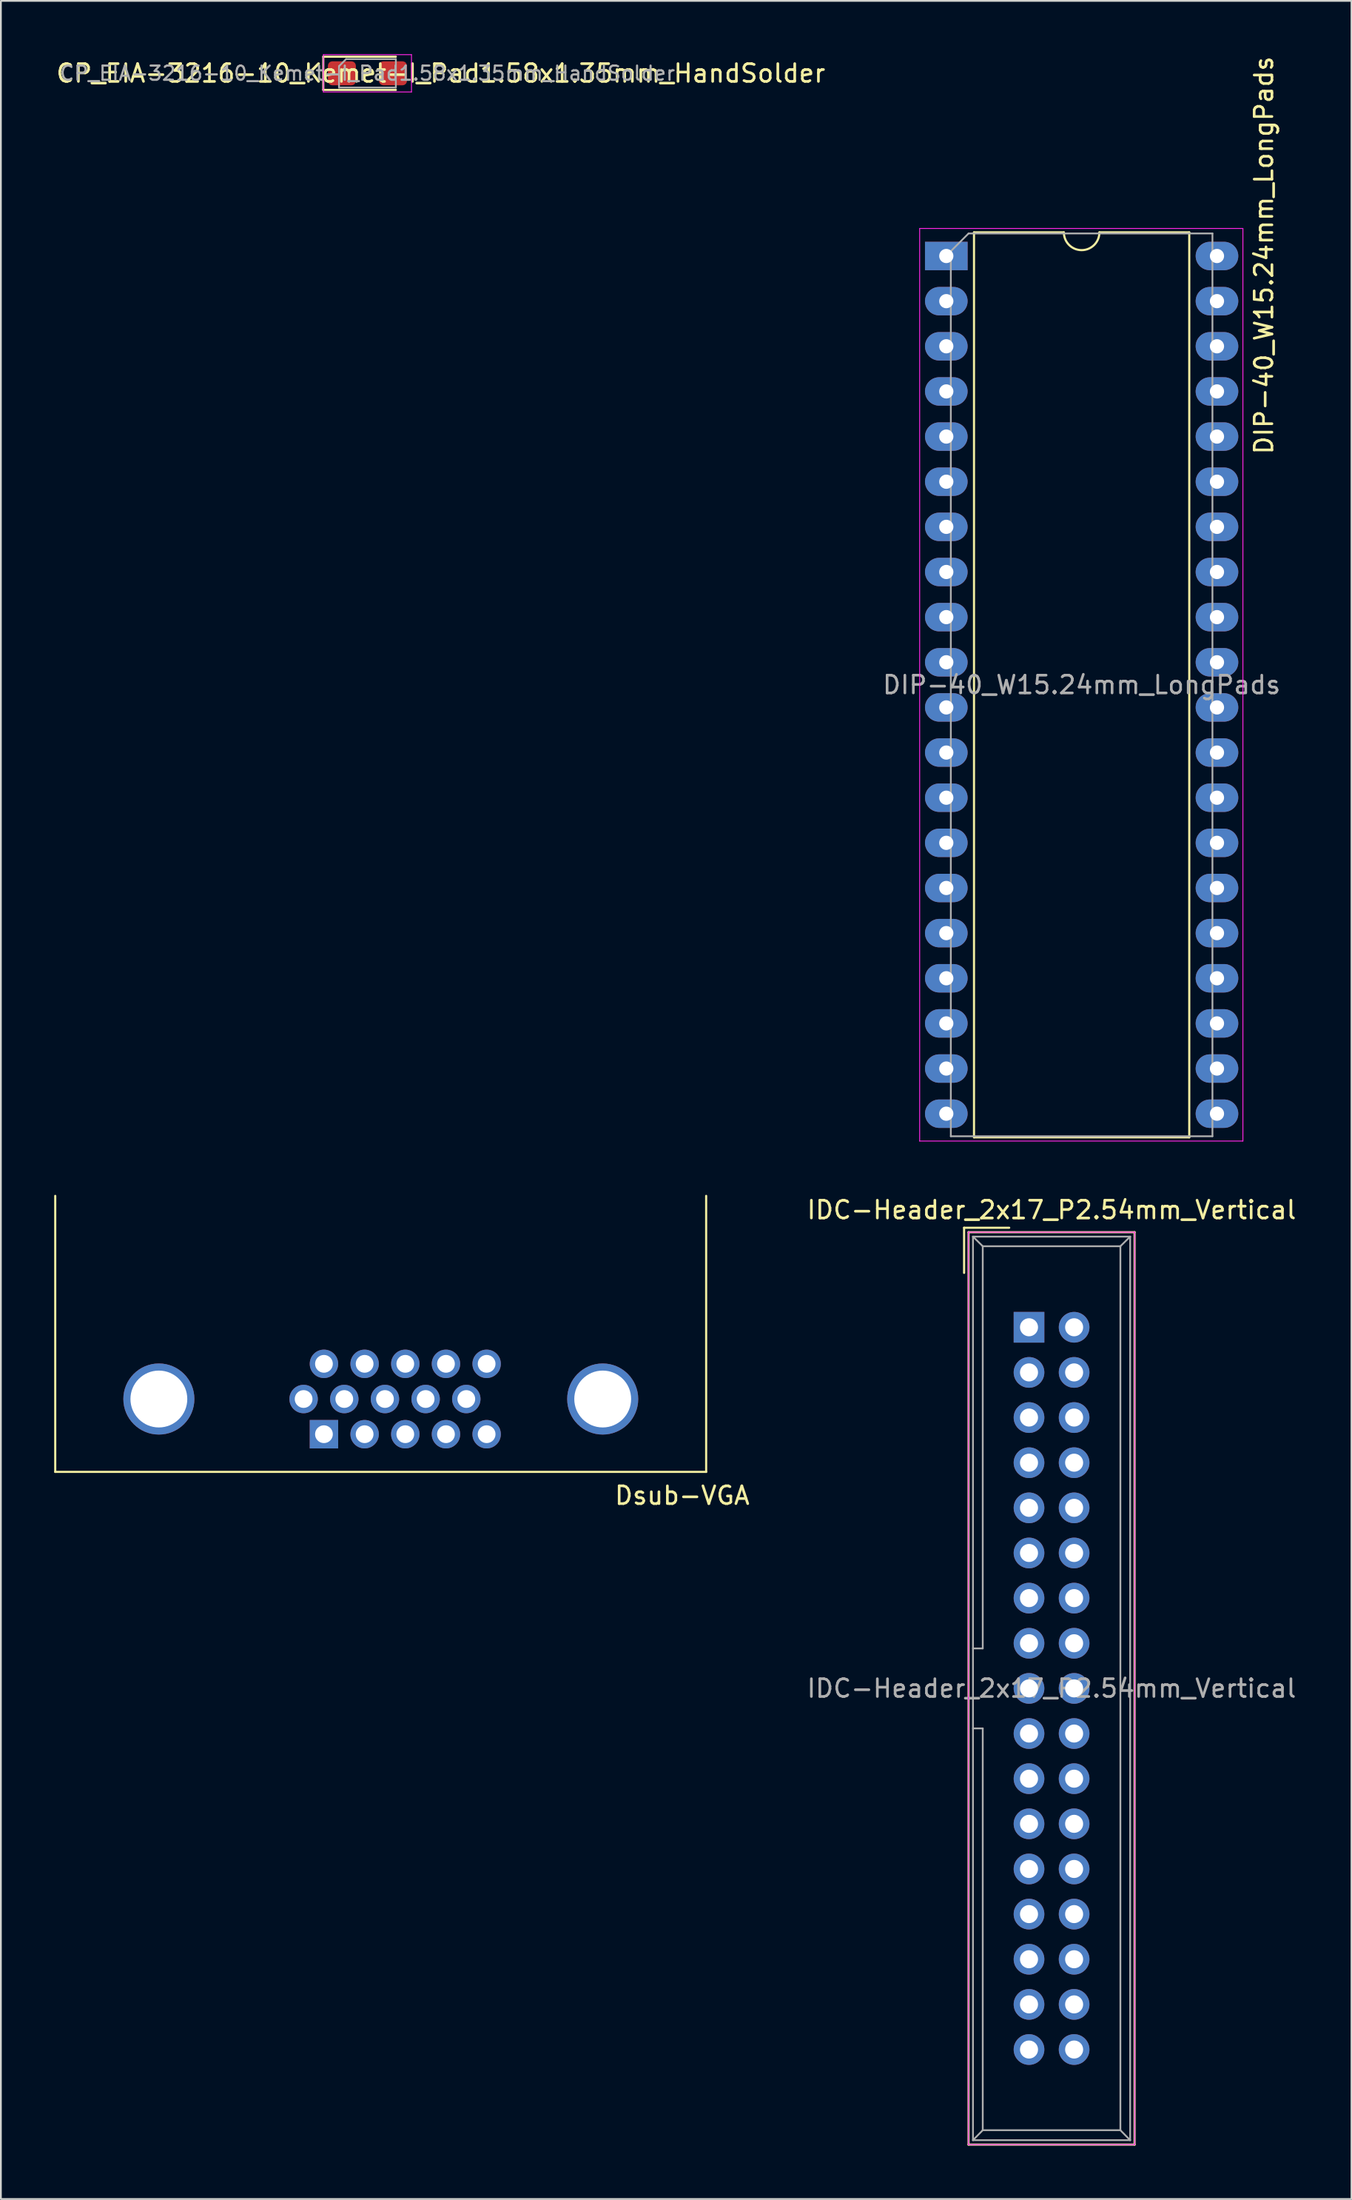
<source format=kicad_pcb>
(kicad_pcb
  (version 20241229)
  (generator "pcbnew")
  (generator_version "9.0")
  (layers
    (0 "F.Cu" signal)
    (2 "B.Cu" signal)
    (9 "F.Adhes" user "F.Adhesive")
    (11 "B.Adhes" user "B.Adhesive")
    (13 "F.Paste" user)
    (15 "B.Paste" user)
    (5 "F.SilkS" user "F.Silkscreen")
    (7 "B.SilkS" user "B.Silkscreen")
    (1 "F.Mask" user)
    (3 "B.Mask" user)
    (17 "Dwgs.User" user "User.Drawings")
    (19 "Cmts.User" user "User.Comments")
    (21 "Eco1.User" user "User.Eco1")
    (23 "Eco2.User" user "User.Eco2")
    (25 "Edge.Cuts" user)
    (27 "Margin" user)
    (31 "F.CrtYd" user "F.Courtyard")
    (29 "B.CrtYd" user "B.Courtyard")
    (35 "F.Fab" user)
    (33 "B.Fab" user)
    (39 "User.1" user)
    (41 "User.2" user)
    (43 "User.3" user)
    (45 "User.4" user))
  (footprint "CP_EIA-3216-10_Kemet-I_Pad1.58x1.35mm_HandSolder"
    (layer "F.Cu")
    (at 17.638 1.075)
    (property "Reference" "CP_EIA-3216-10_Kemet-I_Pad1.58x1.35mm_HandSolder" (at 4.13 0 0) (layer "F.SilkS") (effects (font (size 1 1) (thickness 0.15))))
    (attr smd)
    (fp_line (start -2.485 -0.935) (end -2.485 0.935) (stroke (width 0.12) (type solid)) (layer "F.SilkS"))
    (fp_line (start -2.485 0.935) (end 1.6 0.935) (stroke (width 0.12) (type solid)) (layer "F.SilkS"))
    (fp_line (start 1.6 -0.935) (end -2.485 -0.935) (stroke (width 0.12) (type solid)) (layer "F.SilkS"))
    (fp_line (start -2.48 -1.05) (end 2.48 -1.05) (stroke (width 0.05) (type solid)) (layer "F.CrtYd"))
    (fp_line (start -2.48 1.05) (end -2.48 -1.05) (stroke (width 0.05) (type solid)) (layer "F.CrtYd"))
    (fp_line (start 2.48 -1.05) (end 2.48 1.05) (stroke (width 0.05) (type solid)) (layer "F.CrtYd"))
    (fp_line (start 2.48 1.05) (end -2.48 1.05) (stroke (width 0.05) (type solid)) (layer "F.CrtYd"))
    (fp_line (start -1.6 -0.4) (end -1.6 0.8) (stroke (width 0.1) (type solid)) (layer "F.Fab"))
    (fp_line (start -1.6 0.8) (end 1.6 0.8) (stroke (width 0.1) (type solid)) (layer "F.Fab"))
    (fp_line (start -1.2 -0.8) (end -1.6 -0.4) (stroke (width 0.1) (type solid)) (layer "F.Fab"))
    (fp_line (start 1.6 -0.8) (end -1.2 -0.8) (stroke (width 0.1) (type solid)) (layer "F.Fab"))
    (fp_line (start 1.6 0.8) (end 1.6 -0.8) (stroke (width 0.1) (type solid)) (layer "F.Fab"))
    (fp_text user "${REFERENCE}" (at 0 0 0) (layer "F.Fab") (effects (font (size 0.8 0.8) (thickness 0.12))))
    (pad "1" smd roundrect (at -1.438 0) (size 1.575 1.35) (layers "F.Cu" "F.Mask" "F.Paste") (roundrect_rratio 0.185))
    (pad "2" smd roundrect (at 1.438 0) (size 1.575 1.35) (layers "F.Cu" "F.Mask" "F.Paste") (roundrect_rratio 0.185)))
  (footprint "IDC-Header_2x17_P2.54mm_Vertical"
    (layer "F.Cu")
    (at 54.888 71.633)
    (property "Reference" "IDC-Header_2x17_P2.54mm_Vertical" (at 1.27 -6.604 0) (layer "F.SilkS") (effects (font (size 1 1) (thickness 0.15))))
    (attr through_hole)
    (fp_line (start -3.655 -5.6) (end -3.655 -3.06) (stroke (width 0.12) (type solid)) (layer "F.SilkS"))
    (fp_line (start -3.655 -5.6) (end -1.115 -5.6) (stroke (width 0.12) (type solid)) (layer "F.SilkS"))
    (fp_line (start -3.405 -5.35) (end 5.945 -5.35) (stroke (width 0.12) (type solid)) (layer "F.SilkS"))
    (fp_line (start -3.405 45.99) (end -3.405 -5.35) (stroke (width 0.12) (type solid)) (layer "F.SilkS"))
    (fp_line (start 5.945 -5.35) (end 5.945 45.99) (stroke (width 0.12) (type solid)) (layer "F.SilkS"))
    (fp_line (start 5.945 45.99) (end -3.405 45.99) (stroke (width 0.12) (type solid)) (layer "F.SilkS"))
    (fp_line (start -3.41 -5.35) (end 5.95 -5.35) (stroke (width 0.05) (type solid)) (layer "F.CrtYd"))
    (fp_line (start -3.41 45.99) (end -3.41 -5.35) (stroke (width 0.05) (type solid)) (layer "F.CrtYd"))
    (fp_line (start 5.95 -5.35) (end 5.95 45.99) (stroke (width 0.05) (type solid)) (layer "F.CrtYd"))
    (fp_line (start 5.95 45.99) (end -3.41 45.99) (stroke (width 0.05) (type solid)) (layer "F.CrtYd"))
    (fp_line (start -3.155 -5.1) (end -3.155 45.74) (stroke (width 0.1) (type solid)) (layer "F.Fab"))
    (fp_line (start -3.155 -5.1) (end -2.605 -4.56) (stroke (width 0.1) (type solid)) (layer "F.Fab"))
    (fp_line (start -3.155 45.74) (end -2.605 45.18) (stroke (width 0.1) (type solid)) (layer "F.Fab"))
    (fp_line (start -2.605 -4.56) (end -2.605 18.07) (stroke (width 0.1) (type solid)) (layer "F.Fab"))
    (fp_line (start -2.605 18.07) (end -3.155 18.07) (stroke (width 0.1) (type solid)) (layer "F.Fab"))
    (fp_line (start -2.605 22.57) (end -3.155 22.57) (stroke (width 0.1) (type solid)) (layer "F.Fab"))
    (fp_line (start -2.605 22.57) (end -2.605 45.18) (stroke (width 0.1) (type solid)) (layer "F.Fab"))
    (fp_line (start 5.145 -4.56) (end -2.605 -4.56) (stroke (width 0.1) (type solid)) (layer "F.Fab"))
    (fp_line (start 5.145 -4.56) (end 5.145 45.18) (stroke (width 0.1) (type solid)) (layer "F.Fab"))
    (fp_line (start 5.145 45.18) (end -2.605 45.18) (stroke (width 0.1) (type solid)) (layer "F.Fab"))
    (fp_line (start 5.695 -5.1) (end -3.155 -5.1) (stroke (width 0.1) (type solid)) (layer "F.Fab"))
    (fp_line (start 5.695 -5.1) (end 5.145 -4.56) (stroke (width 0.1) (type solid)) (layer "F.Fab"))
    (fp_line (start 5.695 -5.1) (end 5.695 45.74) (stroke (width 0.1) (type solid)) (layer "F.Fab"))
    (fp_line (start 5.695 45.74) (end -3.155 45.74) (stroke (width 0.1) (type solid)) (layer "F.Fab"))
    (fp_line (start 5.695 45.74) (end 5.145 45.18) (stroke (width 0.1) (type solid)) (layer "F.Fab"))
    (fp_text user "${REFERENCE}" (at 1.27 20.32 0) (layer "F.Fab") (effects (font (size 1 1) (thickness 0.15))))
    (pad "1" thru_hole rect (at 0 0) (size 1.727 1.727) (drill 1.016) (layers "*.Cu" "*.Mask"))
    (pad "2" thru_hole oval (at 2.54 0) (size 1.727 1.727) (drill 1.016) (layers "*.Cu" "*.Mask"))
    (pad "3" thru_hole oval (at 0 2.54) (size 1.727 1.727) (drill 1.016) (layers "*.Cu" "*.Mask"))
    (pad "4" thru_hole oval (at 2.54 2.54) (size 1.727 1.727) (drill 1.016) (layers "*.Cu" "*.Mask"))
    (pad "5" thru_hole oval (at 0 5.08) (size 1.727 1.727) (drill 1.016) (layers "*.Cu" "*.Mask"))
    (pad "6" thru_hole oval (at 2.54 5.08) (size 1.727 1.727) (drill 1.016) (layers "*.Cu" "*.Mask"))
    (pad "7" thru_hole oval (at 0 7.62) (size 1.727 1.727) (drill 1.016) (layers "*.Cu" "*.Mask"))
    (pad "8" thru_hole oval (at 2.54 7.62) (size 1.727 1.727) (drill 1.016) (layers "*.Cu" "*.Mask"))
    (pad "9" thru_hole oval (at 0 10.16) (size 1.727 1.727) (drill 1.016) (layers "*.Cu" "*.Mask"))
    (pad "10" thru_hole oval (at 2.54 10.16) (size 1.727 1.727) (drill 1.016) (layers "*.Cu" "*.Mask"))
    (pad "11" thru_hole oval (at 0 12.7) (size 1.727 1.727) (drill 1.016) (layers "*.Cu" "*.Mask"))
    (pad "12" thru_hole oval (at 2.54 12.7) (size 1.727 1.727) (drill 1.016) (layers "*.Cu" "*.Mask"))
    (pad "13" thru_hole oval (at 0 15.24) (size 1.727 1.727) (drill 1.016) (layers "*.Cu" "*.Mask"))
    (pad "14" thru_hole oval (at 2.54 15.24) (size 1.727 1.727) (drill 1.016) (layers "*.Cu" "*.Mask"))
    (pad "15" thru_hole oval (at 0 17.78) (size 1.727 1.727) (drill 1.016) (layers "*.Cu" "*.Mask"))
    (pad "16" thru_hole oval (at 2.54 17.78) (size 1.727 1.727) (drill 1.016) (layers "*.Cu" "*.Mask"))
    (pad "17" thru_hole oval (at 0 20.32) (size 1.727 1.727) (drill 1.016) (layers "*.Cu" "*.Mask"))
    (pad "18" thru_hole oval (at 2.54 20.32) (size 1.727 1.727) (drill 1.016) (layers "*.Cu" "*.Mask"))
    (pad "19" thru_hole oval (at 0 22.86) (size 1.727 1.727) (drill 1.016) (layers "*.Cu" "*.Mask"))
    (pad "20" thru_hole oval (at 2.54 22.86) (size 1.727 1.727) (drill 1.016) (layers "*.Cu" "*.Mask"))
    (pad "21" thru_hole oval (at 0 25.4) (size 1.727 1.727) (drill 1.016) (layers "*.Cu" "*.Mask"))
    (pad "22" thru_hole oval (at 2.54 25.4) (size 1.727 1.727) (drill 1.016) (layers "*.Cu" "*.Mask"))
    (pad "23" thru_hole oval (at 0 27.94) (size 1.727 1.727) (drill 1.016) (layers "*.Cu" "*.Mask"))
    (pad "24" thru_hole oval (at 2.54 27.94) (size 1.727 1.727) (drill 1.016) (layers "*.Cu" "*.Mask"))
    (pad "25" thru_hole oval (at 0 30.48) (size 1.727 1.727) (drill 1.016) (layers "*.Cu" "*.Mask"))
    (pad "26" thru_hole oval (at 2.54 30.48) (size 1.727 1.727) (drill 1.016) (layers "*.Cu" "*.Mask"))
    (pad "27" thru_hole oval (at 0 33.02) (size 1.727 1.727) (drill 1.016) (layers "*.Cu" "*.Mask"))
    (pad "28" thru_hole oval (at 2.54 33.02) (size 1.727 1.727) (drill 1.016) (layers "*.Cu" "*.Mask"))
    (pad "29" thru_hole oval (at 0 35.56) (size 1.727 1.727) (drill 1.016) (layers "*.Cu" "*.Mask"))
    (pad "30" thru_hole oval (at 2.54 35.56) (size 1.727 1.727) (drill 1.016) (layers "*.Cu" "*.Mask"))
    (pad "31" thru_hole oval (at 0 38.1) (size 1.727 1.727) (drill 1.016) (layers "*.Cu" "*.Mask"))
    (pad "32" thru_hole oval (at 2.54 38.1) (size 1.727 1.727) (drill 1.016) (layers "*.Cu" "*.Mask"))
    (pad "33" thru_hole oval (at 0 40.64) (size 1.727 1.727) (drill 1.016) (layers "*.Cu" "*.Mask"))
    (pad "34" thru_hole oval (at 2.54 40.64) (size 1.727 1.727) (drill 1.016) (layers "*.Cu" "*.Mask")))
  (footprint "Dsub-VGA"
    (layer "F.Cu")
    (at 19.61 75.1)
    (property "Reference" "Dsub-VGA" (at 15.75 6 0) (layer "F.SilkS") (effects (font (size 1 1) (thickness 0.15))))
    (attr through_hole)
    (fp_line (start -19.55 4.67) (end -19.55 -10.86) (stroke (width 0.12) (type solid)) (layer "F.SilkS"))
    (fp_line (start 17.1 4.67) (end -19.55 4.67) (stroke (width 0.12) (type solid)) (layer "F.SilkS"))
    (fp_line (start 17.1 4.67) (end 17.1 -10.86) (stroke (width 0.12) (type solid)) (layer "F.SilkS"))
    (pad "0" thru_hole circle (at -13.715 0.57 180) (size 4 4) (drill 3.2) (layers "*.Cu" "*.Mask"))
    (pad "0" thru_hole circle (at 11.275 0.57 180) (size 4 4) (drill 3.2) (layers "*.Cu" "*.Mask"))
    (pad "1" thru_hole rect (at -4.42 2.55 180) (size 1.6 1.6) (drill 1) (layers "*.Cu" "*.Mask"))
    (pad "2" thru_hole circle (at -2.13 2.55 180) (size 1.6 1.6) (drill 1) (layers "*.Cu" "*.Mask"))
    (pad "3" thru_hole circle (at 0.16 2.55 180) (size 1.6 1.6) (drill 1) (layers "*.Cu" "*.Mask"))
    (pad "4" thru_hole circle (at 2.45 2.55 180) (size 1.6 1.6) (drill 1) (layers "*.Cu" "*.Mask"))
    (pad "5" thru_hole circle (at 4.74 2.55 180) (size 1.6 1.6) (drill 1) (layers "*.Cu" "*.Mask"))
    (pad "6" thru_hole circle (at -5.565 0.57 180) (size 1.6 1.6) (drill 1) (layers "*.Cu" "*.Mask"))
    (pad "7" thru_hole circle (at -3.275 0.57 180) (size 1.6 1.6) (drill 1) (layers "*.Cu" "*.Mask"))
    (pad "8" thru_hole circle (at -0.985 0.57 180) (size 1.6 1.6) (drill 1) (layers "*.Cu" "*.Mask"))
    (pad "9" thru_hole circle (at 1.305 0.57 180) (size 1.6 1.6) (drill 1) (layers "*.Cu" "*.Mask"))
    (pad "10" thru_hole circle (at 3.595 0.57 180) (size 1.6 1.6) (drill 1) (layers "*.Cu" "*.Mask"))
    (pad "11" thru_hole circle (at -4.42 -1.41 180) (size 1.6 1.6) (drill 1) (layers "*.Cu" "*.Mask"))
    (pad "12" thru_hole circle (at -2.13 -1.41 180) (size 1.6 1.6) (drill 1) (layers "*.Cu" "*.Mask"))
    (pad "13" thru_hole circle (at 0.16 -1.41 180) (size 1.6 1.6) (drill 1) (layers "*.Cu" "*.Mask"))
    (pad "14" thru_hole circle (at 2.45 -1.41 180) (size 1.6 1.6) (drill 1) (layers "*.Cu" "*.Mask"))
    (pad "15" thru_hole circle (at 4.74 -1.41 180) (size 1.6 1.6) (drill 1) (layers "*.Cu" "*.Mask")))
  (footprint "DIP-40_W15.24mm_LongPads"
    (layer "F.Cu")
    (at 50.231 11.355)
    (property "Reference" "DIP-40_W15.24mm_LongPads" (at 17.88 -0.04 90) (layer "F.SilkS") (effects (font (size 1 1) (thickness 0.15))))
    (attr through_hole)
    (fp_line (start 1.56 -1.33) (end 1.56 49.59) (stroke (width 0.12) (type solid)) (layer "F.SilkS"))
    (fp_line (start 1.56 49.59) (end 13.68 49.59) (stroke (width 0.12) (type solid)) (layer "F.SilkS"))
    (fp_line (start 6.62 -1.33) (end 1.56 -1.33) (stroke (width 0.12) (type solid)) (layer "F.SilkS"))
    (fp_line (start 13.68 -1.33) (end 8.62 -1.33) (stroke (width 0.12) (type solid)) (layer "F.SilkS"))
    (fp_line (start 13.68 49.59) (end 13.68 -1.33) (stroke (width 0.12) (type solid)) (layer "F.SilkS"))
    (fp_arc (start 8.62 -1.33) (mid 7.62 -0.33) (end 6.62 -1.33) (stroke (width 0.12) (type solid)) (layer "F.SilkS"))
    (fp_line (start -1.5 -1.55) (end -1.5 49.8) (stroke (width 0.05) (type solid)) (layer "F.CrtYd"))
    (fp_line (start -1.5 49.8) (end 16.7 49.8) (stroke (width 0.05) (type solid)) (layer "F.CrtYd"))
    (fp_line (start 16.7 -1.55) (end -1.5 -1.55) (stroke (width 0.05) (type solid)) (layer "F.CrtYd"))
    (fp_line (start 16.7 49.8) (end 16.7 -1.55) (stroke (width 0.05) (type solid)) (layer "F.CrtYd"))
    (fp_line (start 0.255 -0.27) (end 1.255 -1.27) (stroke (width 0.1) (type solid)) (layer "F.Fab"))
    (fp_line (start 0.255 49.53) (end 0.255 -0.27) (stroke (width 0.1) (type solid)) (layer "F.Fab"))
    (fp_line (start 1.255 -1.27) (end 14.985 -1.27) (stroke (width 0.1) (type solid)) (layer "F.Fab"))
    (fp_line (start 14.985 -1.27) (end 14.985 49.53) (stroke (width 0.1) (type solid)) (layer "F.Fab"))
    (fp_line (start 14.985 49.53) (end 0.255 49.53) (stroke (width 0.1) (type solid)) (layer "F.Fab"))
    (fp_text user "${REFERENCE}" (at 7.62 24.13 0) (layer "F.Fab") (effects (font (size 1 1) (thickness 0.15))))
    (pad "1" thru_hole rect (at 0 0) (size 2.4 1.6) (drill 0.8) (layers "*.Cu" "*.Mask"))
    (pad "2" thru_hole oval (at 0 2.54) (size 2.4 1.6) (drill 0.8) (layers "*.Cu" "*.Mask"))
    (pad "3" thru_hole oval (at 0 5.08) (size 2.4 1.6) (drill 0.8) (layers "*.Cu" "*.Mask"))
    (pad "4" thru_hole oval (at 0 7.62) (size 2.4 1.6) (drill 0.8) (layers "*.Cu" "*.Mask"))
    (pad "5" thru_hole oval (at 0 10.16) (size 2.4 1.6) (drill 0.8) (layers "*.Cu" "*.Mask"))
    (pad "6" thru_hole oval (at 0 12.7) (size 2.4 1.6) (drill 0.8) (layers "*.Cu" "*.Mask"))
    (pad "7" thru_hole oval (at 0 15.24) (size 2.4 1.6) (drill 0.8) (layers "*.Cu" "*.Mask"))
    (pad "8" thru_hole oval (at 0 17.78) (size 2.4 1.6) (drill 0.8) (layers "*.Cu" "*.Mask"))
    (pad "9" thru_hole oval (at 0 20.32) (size 2.4 1.6) (drill 0.8) (layers "*.Cu" "*.Mask"))
    (pad "10" thru_hole oval (at 0 22.86) (size 2.4 1.6) (drill 0.8) (layers "*.Cu" "*.Mask"))
    (pad "11" thru_hole oval (at 0 25.4) (size 2.4 1.6) (drill 0.8) (layers "*.Cu" "*.Mask"))
    (pad "12" thru_hole oval (at 0 27.94) (size 2.4 1.6) (drill 0.8) (layers "*.Cu" "*.Mask"))
    (pad "13" thru_hole oval (at 0 30.48) (size 2.4 1.6) (drill 0.8) (layers "*.Cu" "*.Mask"))
    (pad "14" thru_hole oval (at 0 33.02) (size 2.4 1.6) (drill 0.8) (layers "*.Cu" "*.Mask"))
    (pad "15" thru_hole oval (at 0 35.56) (size 2.4 1.6) (drill 0.8) (layers "*.Cu" "*.Mask"))
    (pad "16" thru_hole oval (at 0 38.1) (size 2.4 1.6) (drill 0.8) (layers "*.Cu" "*.Mask"))
    (pad "17" thru_hole oval (at 0 40.64) (size 2.4 1.6) (drill 0.8) (layers "*.Cu" "*.Mask"))
    (pad "18" thru_hole oval (at 0 43.18) (size 2.4 1.6) (drill 0.8) (layers "*.Cu" "*.Mask"))
    (pad "19" thru_hole oval (at 0 45.72) (size 2.4 1.6) (drill 0.8) (layers "*.Cu" "*.Mask"))
    (pad "20" thru_hole oval (at 0 48.26) (size 2.4 1.6) (drill 0.8) (layers "*.Cu" "*.Mask"))
    (pad "21" thru_hole oval (at 15.24 48.26) (size 2.4 1.6) (drill 0.8) (layers "*.Cu" "*.Mask"))
    (pad "22" thru_hole oval (at 15.24 45.72) (size 2.4 1.6) (drill 0.8) (layers "*.Cu" "*.Mask"))
    (pad "23" thru_hole oval (at 15.24 43.18) (size 2.4 1.6) (drill 0.8) (layers "*.Cu" "*.Mask"))
    (pad "24" thru_hole oval (at 15.24 40.64) (size 2.4 1.6) (drill 0.8) (layers "*.Cu" "*.Mask"))
    (pad "25" thru_hole oval (at 15.24 38.1) (size 2.4 1.6) (drill 0.8) (layers "*.Cu" "*.Mask"))
    (pad "26" thru_hole oval (at 15.24 35.56) (size 2.4 1.6) (drill 0.8) (layers "*.Cu" "*.Mask"))
    (pad "27" thru_hole oval (at 15.24 33.02) (size 2.4 1.6) (drill 0.8) (layers "*.Cu" "*.Mask"))
    (pad "28" thru_hole oval (at 15.24 30.48) (size 2.4 1.6) (drill 0.8) (layers "*.Cu" "*.Mask"))
    (pad "29" thru_hole oval (at 15.24 27.94) (size 2.4 1.6) (drill 0.8) (layers "*.Cu" "*.Mask"))
    (pad "30" thru_hole oval (at 15.24 25.4) (size 2.4 1.6) (drill 0.8) (layers "*.Cu" "*.Mask"))
    (pad "31" thru_hole oval (at 15.24 22.86) (size 2.4 1.6) (drill 0.8) (layers "*.Cu" "*.Mask"))
    (pad "32" thru_hole oval (at 15.24 20.32) (size 2.4 1.6) (drill 0.8) (layers "*.Cu" "*.Mask"))
    (pad "33" thru_hole oval (at 15.24 17.78) (size 2.4 1.6) (drill 0.8) (layers "*.Cu" "*.Mask"))
    (pad "34" thru_hole oval (at 15.24 15.24) (size 2.4 1.6) (drill 0.8) (layers "*.Cu" "*.Mask"))
    (pad "35" thru_hole oval (at 15.24 12.7) (size 2.4 1.6) (drill 0.8) (layers "*.Cu" "*.Mask"))
    (pad "36" thru_hole oval (at 15.24 10.16) (size 2.4 1.6) (drill 0.8) (layers "*.Cu" "*.Mask"))
    (pad "37" thru_hole oval (at 15.24 7.62) (size 2.4 1.6) (drill 0.8) (layers "*.Cu" "*.Mask"))
    (pad "38" thru_hole oval (at 15.24 5.08) (size 2.4 1.6) (drill 0.8) (layers "*.Cu" "*.Mask"))
    (pad "39" thru_hole oval (at 15.24 2.54) (size 2.4 1.6) (drill 0.8) (layers "*.Cu" "*.Mask"))
    (pad "40" thru_hole oval (at 15.24 0) (size 2.4 1.6) (drill 0.8) (layers "*.Cu" "*.Mask")))
  (gr_rect
    (start -3 -3)
    (end 73.045 120.683)
    (stroke (width 0.1) (type default))
    (fill no)
    (layer "Edge.Cuts")))
</source>
